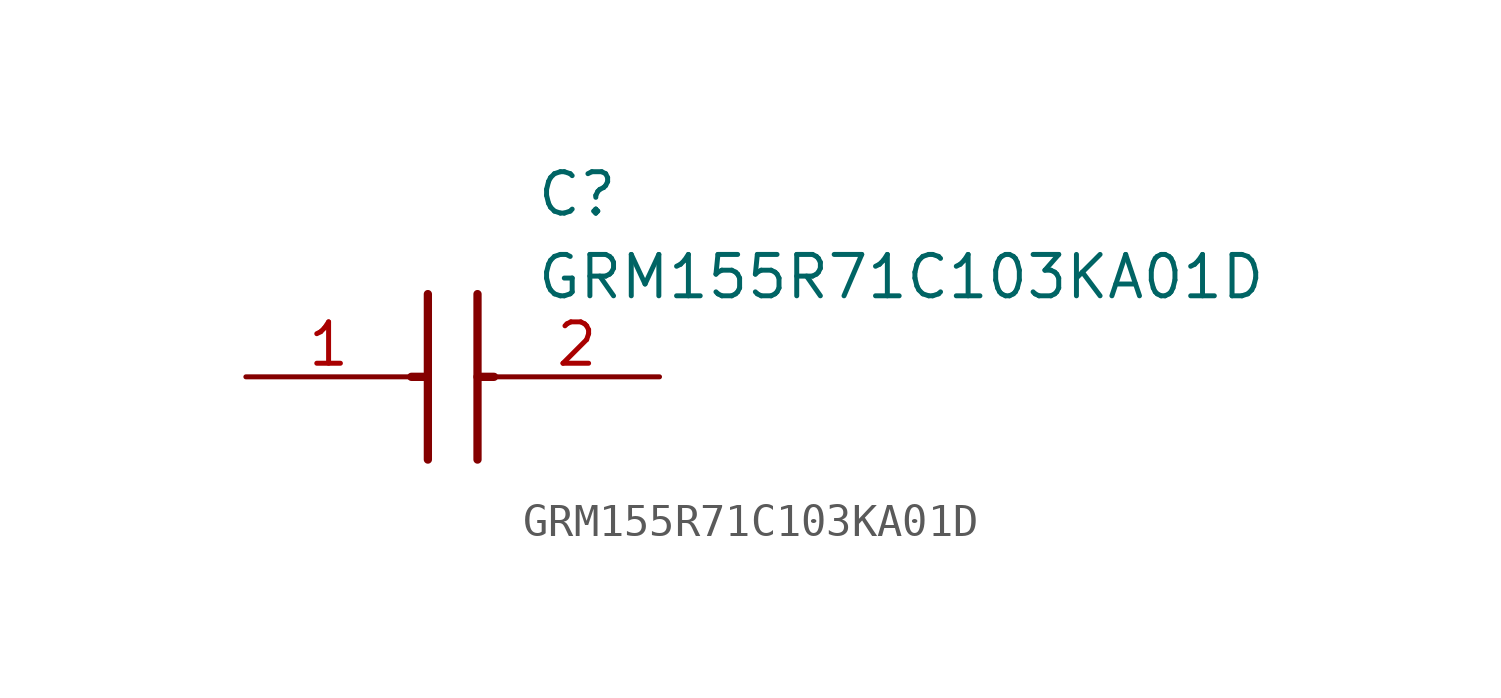
<source format=kicad_sym>
(kicad_symbol_lib
  (version 20211014)
  (generator SamacSys_ECAD_Model)
  (symbol "GRM155R71C103KA01D"
    (pin_names hide)
    (property "Reference" "C"
      (at 8.89 6.35 0)
      (effects (font (size 1.27 1.27)) (justify left top)))
    (property "Value" "GRM155R71C103KA01D"
      (at 8.89 3.81 0)
      (effects (font (size 1.27 1.27)) (justify left top)))
    (polyline
      (pts (xy 5.588 2.54) (xy 5.588 -2.54))
      (stroke (width 0.254) (type default))
      (fill (type none)))
    (polyline
      (pts (xy 7.112 2.54) (xy 7.112 -2.54))
      (stroke (width 0.254) (type default))
      (fill (type none)))
    (polyline
      (pts (xy 5.08 0) (xy 5.588 0))
      (stroke (width 0.254) (type default))
      (fill (type none)))
    (polyline
      (pts (xy 7.112 0) (xy 7.62 0))
      (stroke (width 0.254) (type default))
      (fill (type none)))
    (pin passive line
      (at 0 0 0)
      (length 5.08)
      (name "1" (effects (font (size 1.27 1.27))))
      (number "1" (effects (font (size 1.27 1.27)))))
    (pin passive line
      (at 12.7 0 180)
      (length 5.08)
      (name "2" (effects (font (size 1.27 1.27))))
      (number "2" (effects (font (size 1.27 1.27)))))))
</source>
